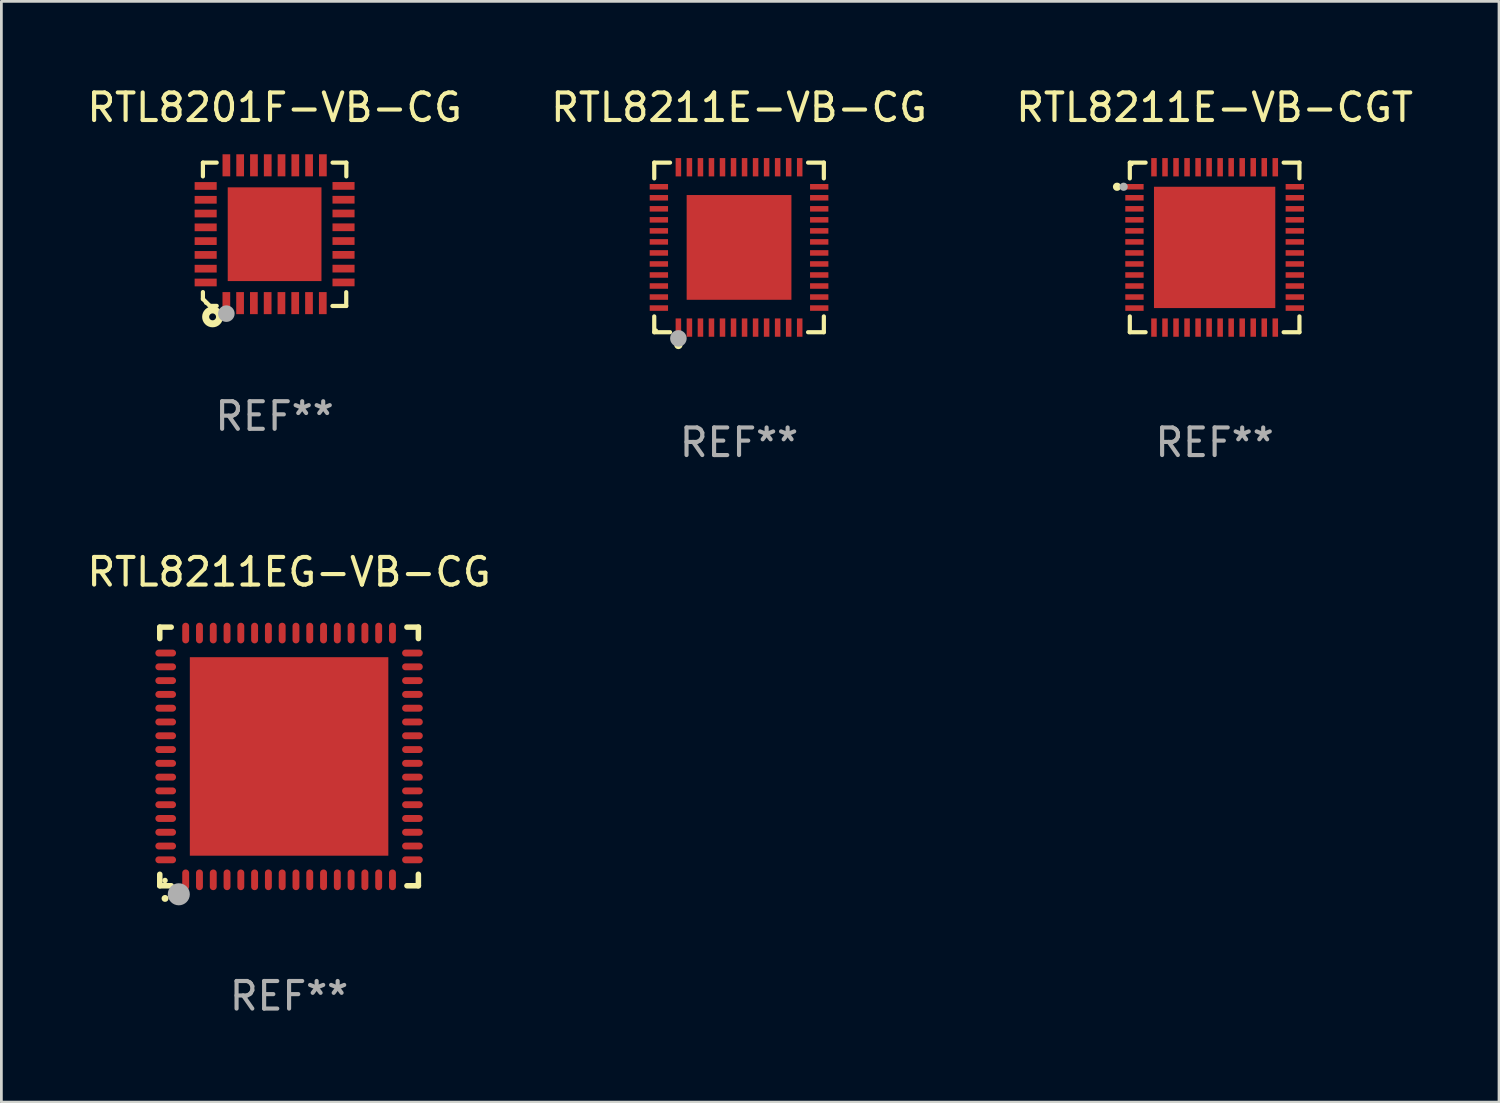
<source format=kicad_pcb>
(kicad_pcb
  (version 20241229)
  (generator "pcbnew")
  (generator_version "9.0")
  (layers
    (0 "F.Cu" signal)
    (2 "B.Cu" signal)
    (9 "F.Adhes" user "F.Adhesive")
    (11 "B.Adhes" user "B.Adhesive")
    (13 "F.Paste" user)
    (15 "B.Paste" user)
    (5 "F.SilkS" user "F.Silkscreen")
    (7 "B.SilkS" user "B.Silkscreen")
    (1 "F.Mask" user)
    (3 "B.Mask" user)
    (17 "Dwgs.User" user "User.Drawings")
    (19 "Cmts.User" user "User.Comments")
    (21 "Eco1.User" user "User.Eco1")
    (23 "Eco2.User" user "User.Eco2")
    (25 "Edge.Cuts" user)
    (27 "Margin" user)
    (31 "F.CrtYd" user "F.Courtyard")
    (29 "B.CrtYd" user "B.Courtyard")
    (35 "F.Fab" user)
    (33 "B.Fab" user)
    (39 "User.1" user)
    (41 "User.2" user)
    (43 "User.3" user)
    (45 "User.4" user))
  (footprint "RTL8201F-VB-CG"
    (layer "F.Cu")
    (at 6.911 5.448)
    (property "Reference" "RTL8201F-VB-CG" (at 0 -4.6 0) (layer "F.SilkS") (effects (font (size 1 1) (thickness 0.15))))
    (attr through_hole)
    (fp_line (start -2.601 2.097) (end -2.601 2.347) (stroke (width 0.152) (type solid)) (layer "F.SilkS"))
    (fp_line (start -2.601 2.347) (end -2.351 2.597) (stroke (width 0.152) (type solid)) (layer "F.SilkS"))
    (fp_line (start -2.601 -2.6) (end -2.601 -2.1) (stroke (width 0.152) (type solid)) (layer "F.SilkS"))
    (fp_line (start -2.601 -2.6) (end -2.101 -2.6) (stroke (width 0.152) (type solid)) (layer "F.SilkS"))
    (fp_line (start -2.351 2.597) (end -2.101 2.597) (stroke (width 0.152) (type solid)) (layer "F.SilkS"))
    (fp_line (start 2.597 2.6) (end 2.097 2.6) (stroke (width 0.152) (type solid)) (layer "F.SilkS"))
    (fp_line (start 2.597 2.6) (end 2.597 2.1) (stroke (width 0.152) (type solid)) (layer "F.SilkS"))
    (fp_line (start 2.601 -2.6) (end 2.101 -2.6) (stroke (width 0.152) (type solid)) (layer "F.SilkS"))
    (fp_line (start 2.601 -2.6) (end 2.601 -2.1) (stroke (width 0.152) (type solid)) (layer "F.SilkS"))
    (fp_circle (center -2.501 2.497) (end -2.471 2.497) (stroke (width 0.06) (type solid)) (fill no) (layer "F.SilkS"))
    (fp_circle (center -2.25 2.995) (end -2.125 2.995) (stroke (width 0.254) (type solid)) (fill no) (layer "F.SilkS"))
    (fp_circle (center -1.751 2.878) (end -1.601 2.878) (stroke (width 0.3) (type solid)) (fill no) (layer "F.Fab"))
    (fp_text user "REF**" (at 0 6.6 0) (layer "F.Fab") (effects (font (size 1 1) (thickness 0.15))))
    (pad "1" smd rect (at -1.751 2.497) (size 0.28 0.8) (layers "F.Cu" "F.Mask" "F.Paste"))
    (pad "2" smd rect (at -1.253 2.497) (size 0.28 0.8) (layers "F.Cu" "F.Mask" "F.Paste"))
    (pad "3" smd rect (at -0.753 2.497) (size 0.28 0.8) (layers "F.Cu" "F.Mask" "F.Paste"))
    (pad "4" smd rect (at -0.253 2.497) (size 0.28 0.8) (layers "F.Cu" "F.Mask" "F.Paste"))
    (pad "5" smd rect (at 0.247 2.497) (size 0.28 0.8) (layers "F.Cu" "F.Mask" "F.Paste"))
    (pad "6" smd rect (at 0.747 2.497) (size 0.28 0.8) (layers "F.Cu" "F.Mask" "F.Paste"))
    (pad "7" smd rect (at 1.247 2.497) (size 0.28 0.8) (layers "F.Cu" "F.Mask" "F.Paste"))
    (pad "8" smd rect (at 1.747 2.497) (size 0.28 0.8) (layers "F.Cu" "F.Mask" "F.Paste"))
    (pad "9" smd rect (at 2.499 1.746) (size 0.8 0.28) (layers "F.Cu" "F.Mask" "F.Paste"))
    (pad "10" smd rect (at 2.499 1.245) (size 0.8 0.28) (layers "F.Cu" "F.Mask" "F.Paste"))
    (pad "11" smd rect (at 2.499 0.746) (size 0.8 0.28) (layers "F.Cu" "F.Mask" "F.Paste"))
    (pad "12" smd rect (at 2.499 0.245) (size 0.8 0.28) (layers "F.Cu" "F.Mask" "F.Paste"))
    (pad "13" smd rect (at 2.499 -0.254) (size 0.8 0.28) (layers "F.Cu" "F.Mask" "F.Paste"))
    (pad "14" smd rect (at 2.499 -0.755) (size 0.8 0.28) (layers "F.Cu" "F.Mask" "F.Paste"))
    (pad "15" smd rect (at 2.499 -1.254) (size 0.8 0.28) (layers "F.Cu" "F.Mask" "F.Paste"))
    (pad "16" smd rect (at 2.499 -1.755) (size 0.8 0.28) (layers "F.Cu" "F.Mask" "F.Paste"))
    (pad "17" smd rect (at 1.75 -2.502) (size 0.28 0.8) (layers "F.Cu" "F.Mask" "F.Paste"))
    (pad "18" smd rect (at 1.25 -2.502) (size 0.28 0.8) (layers "F.Cu" "F.Mask" "F.Paste"))
    (pad "19" smd rect (at 0.75 -2.502) (size 0.28 0.8) (layers "F.Cu" "F.Mask" "F.Paste"))
    (pad "20" smd rect (at 0.25 -2.502) (size 0.28 0.8) (layers "F.Cu" "F.Mask" "F.Paste"))
    (pad "21" smd rect (at -0.25 -2.502) (size 0.28 0.8) (layers "F.Cu" "F.Mask" "F.Paste"))
    (pad "22" smd rect (at -0.75 -2.502) (size 0.28 0.8) (layers "F.Cu" "F.Mask" "F.Paste"))
    (pad "23" smd rect (at -1.25 -2.502) (size 0.28 0.8) (layers "F.Cu" "F.Mask" "F.Paste"))
    (pad "24" smd rect (at -1.75 -2.502) (size 0.28 0.8) (layers "F.Cu" "F.Mask" "F.Paste"))
    (pad "25" smd rect (at -2.501 -1.753) (size 0.8 0.28) (layers "F.Cu" "F.Mask" "F.Paste"))
    (pad "26" smd rect (at -2.501 -1.252) (size 0.8 0.28) (layers "F.Cu" "F.Mask" "F.Paste"))
    (pad "27" smd rect (at -2.501 -0.753) (size 0.8 0.28) (layers "F.Cu" "F.Mask" "F.Paste"))
    (pad "28" smd rect (at -2.501 -0.252) (size 0.8 0.28) (layers "F.Cu" "F.Mask" "F.Paste"))
    (pad "29" smd rect (at -2.501 0.247) (size 0.8 0.28) (layers "F.Cu" "F.Mask" "F.Paste"))
    (pad "30" smd rect (at -2.501 0.748) (size 0.8 0.28) (layers "F.Cu" "F.Mask" "F.Paste"))
    (pad "31" smd rect (at -2.501 1.247) (size 0.8 0.28) (layers "F.Cu" "F.Mask" "F.Paste"))
    (pad "32" smd rect (at -2.501 1.748) (size 0.8 0.28) (layers "F.Cu" "F.Mask" "F.Paste"))
    (pad "33" smd rect (at -0.001 -0.003 180) (size 3.4 3.4) (layers "F.Cu" "F.Mask" "F.Paste")))
  (footprint "RTL8211E-VB-CG"
    (layer "F.Cu")
    (at 23.756 5.924)
    (property "Reference" "RTL8211E-VB-CG" (at 0 -5.076 0) (layer "F.SilkS") (effects (font (size 1 1) (thickness 0.15))))
    (attr through_hole)
    (fp_line (start -3.076 -3.076) (end -2.503 -3.076) (stroke (width 0.152) (type solid)) (layer "F.SilkS"))
    (fp_line (start -3.076 -2.503) (end -3.076 -3.076) (stroke (width 0.152) (type solid)) (layer "F.SilkS"))
    (fp_line (start -3.076 2.503) (end -3.076 3.076) (stroke (width 0.152) (type solid)) (layer "F.SilkS"))
    (fp_line (start -3.076 3.076) (end -2.503 3.076) (stroke (width 0.152) (type solid)) (layer "F.SilkS"))
    (fp_line (start 3.076 -3.076) (end 2.503 -3.076) (stroke (width 0.152) (type solid)) (layer "F.SilkS"))
    (fp_line (start 3.076 -2.503) (end 3.076 -3.076) (stroke (width 0.152) (type solid)) (layer "F.SilkS"))
    (fp_line (start 3.076 2.503) (end 3.076 3.076) (stroke (width 0.152) (type solid)) (layer "F.SilkS"))
    (fp_line (start 3.076 3.076) (end 2.503 3.076) (stroke (width 0.152) (type solid)) (layer "F.SilkS"))
    (fp_circle (center -3 3) (end -2.97 3) (stroke (width 0.06) (type solid)) (fill no) (layer "F.SilkS"))
    (fp_circle (center -2.2 3.54) (end -2.125 3.54) (stroke (width 0.15) (type solid)) (fill no) (layer "F.SilkS"))
    (fp_circle (center -2.2 3.3) (end -2.05 3.3) (stroke (width 0.3) (type solid)) (fill no) (layer "F.Fab"))
    (fp_text user "REF**" (at 0 7.076 0) (layer "F.Fab") (effects (font (size 1 1) (thickness 0.15))))
    (pad "1" smd rect (at -2.2 2.908) (size 0.2 0.665) (layers "F.Cu" "F.Mask" "F.Paste"))
    (pad "2" smd rect (at -1.8 2.908) (size 0.2 0.665) (layers "F.Cu" "F.Mask" "F.Paste"))
    (pad "3" smd rect (at -1.4 2.908) (size 0.2 0.665) (layers "F.Cu" "F.Mask" "F.Paste"))
    (pad "4" smd rect (at -1 2.908) (size 0.2 0.665) (layers "F.Cu" "F.Mask" "F.Paste"))
    (pad "5" smd rect (at -0.6 2.908) (size 0.2 0.665) (layers "F.Cu" "F.Mask" "F.Paste"))
    (pad "6" smd rect (at -0.2 2.908) (size 0.2 0.665) (layers "F.Cu" "F.Mask" "F.Paste"))
    (pad "7" smd rect (at 0.2 2.908) (size 0.2 0.665) (layers "F.Cu" "F.Mask" "F.Paste"))
    (pad "8" smd rect (at 0.6 2.908) (size 0.2 0.665) (layers "F.Cu" "F.Mask" "F.Paste"))
    (pad "9" smd rect (at 1 2.908) (size 0.2 0.665) (layers "F.Cu" "F.Mask" "F.Paste"))
    (pad "10" smd rect (at 1.4 2.908) (size 0.2 0.665) (layers "F.Cu" "F.Mask" "F.Paste"))
    (pad "11" smd rect (at 1.8 2.908) (size 0.2 0.665) (layers "F.Cu" "F.Mask" "F.Paste"))
    (pad "12" smd rect (at 2.2 2.908) (size 0.2 0.665) (layers "F.Cu" "F.Mask" "F.Paste"))
    (pad "13" smd rect (at 2.908 2.2) (size 0.665 0.2) (layers "F.Cu" "F.Mask" "F.Paste"))
    (pad "14" smd rect (at 2.908 1.8) (size 0.665 0.2) (layers "F.Cu" "F.Mask" "F.Paste"))
    (pad "15" smd rect (at 2.908 1.4) (size 0.665 0.2) (layers "F.Cu" "F.Mask" "F.Paste"))
    (pad "16" smd rect (at 2.908 1) (size 0.665 0.2) (layers "F.Cu" "F.Mask" "F.Paste"))
    (pad "17" smd rect (at 2.908 0.6) (size 0.665 0.2) (layers "F.Cu" "F.Mask" "F.Paste"))
    (pad "18" smd rect (at 2.908 0.2) (size 0.665 0.2) (layers "F.Cu" "F.Mask" "F.Paste"))
    (pad "19" smd rect (at 2.908 -0.2) (size 0.665 0.2) (layers "F.Cu" "F.Mask" "F.Paste"))
    (pad "20" smd rect (at 2.908 -0.6) (size 0.665 0.2) (layers "F.Cu" "F.Mask" "F.Paste"))
    (pad "21" smd rect (at 2.908 -1) (size 0.665 0.2) (layers "F.Cu" "F.Mask" "F.Paste"))
    (pad "22" smd rect (at 2.908 -1.4) (size 0.665 0.2) (layers "F.Cu" "F.Mask" "F.Paste"))
    (pad "23" smd rect (at 2.908 -1.8) (size 0.665 0.2) (layers "F.Cu" "F.Mask" "F.Paste"))
    (pad "24" smd rect (at 2.908 -2.2) (size 0.665 0.2) (layers "F.Cu" "F.Mask" "F.Paste"))
    (pad "25" smd rect (at 2.2 -2.908) (size 0.2 0.665) (layers "F.Cu" "F.Mask" "F.Paste"))
    (pad "26" smd rect (at 1.8 -2.908) (size 0.2 0.665) (layers "F.Cu" "F.Mask" "F.Paste"))
    (pad "27" smd rect (at 1.4 -2.908) (size 0.2 0.665) (layers "F.Cu" "F.Mask" "F.Paste"))
    (pad "28" smd rect (at 1 -2.908) (size 0.2 0.665) (layers "F.Cu" "F.Mask" "F.Paste"))
    (pad "29" smd rect (at 0.6 -2.908) (size 0.2 0.665) (layers "F.Cu" "F.Mask" "F.Paste"))
    (pad "30" smd rect (at 0.2 -2.908) (size 0.2 0.665) (layers "F.Cu" "F.Mask" "F.Paste"))
    (pad "31" smd rect (at -0.2 -2.908) (size 0.2 0.665) (layers "F.Cu" "F.Mask" "F.Paste"))
    (pad "32" smd rect (at -0.6 -2.908) (size 0.2 0.665) (layers "F.Cu" "F.Mask" "F.Paste"))
    (pad "33" smd rect (at -1 -2.908) (size 0.2 0.665) (layers "F.Cu" "F.Mask" "F.Paste"))
    (pad "34" smd rect (at -1.4 -2.908) (size 0.2 0.665) (layers "F.Cu" "F.Mask" "F.Paste"))
    (pad "35" smd rect (at -1.8 -2.908) (size 0.2 0.665) (layers "F.Cu" "F.Mask" "F.Paste"))
    (pad "36" smd rect (at -2.2 -2.908) (size 0.2 0.665) (layers "F.Cu" "F.Mask" "F.Paste"))
    (pad "37" smd rect (at -2.908 -2.2) (size 0.665 0.2) (layers "F.Cu" "F.Mask" "F.Paste"))
    (pad "38" smd rect (at -2.908 -1.8) (size 0.665 0.2) (layers "F.Cu" "F.Mask" "F.Paste"))
    (pad "39" smd rect (at -2.908 -1.4) (size 0.665 0.2) (layers "F.Cu" "F.Mask" "F.Paste"))
    (pad "40" smd rect (at -2.908 -1) (size 0.665 0.2) (layers "F.Cu" "F.Mask" "F.Paste"))
    (pad "41" smd rect (at -2.908 -0.6) (size 0.665 0.2) (layers "F.Cu" "F.Mask" "F.Paste"))
    (pad "42" smd rect (at -2.908 -0.2) (size 0.665 0.2) (layers "F.Cu" "F.Mask" "F.Paste"))
    (pad "43" smd rect (at -2.908 0.2) (size 0.665 0.2) (layers "F.Cu" "F.Mask" "F.Paste"))
    (pad "44" smd rect (at -2.908 0.6) (size 0.665 0.2) (layers "F.Cu" "F.Mask" "F.Paste"))
    (pad "45" smd rect (at -2.908 1) (size 0.665 0.2) (layers "F.Cu" "F.Mask" "F.Paste"))
    (pad "46" smd rect (at -2.908 1.4) (size 0.665 0.2) (layers "F.Cu" "F.Mask" "F.Paste"))
    (pad "47" smd rect (at -2.908 1.8) (size 0.665 0.2) (layers "F.Cu" "F.Mask" "F.Paste"))
    (pad "48" smd rect (at -2.908 2.2) (size 0.665 0.2) (layers "F.Cu" "F.Mask" "F.Paste"))
    (pad "49" smd rect (at 0 0) (size 3.8 3.8) (layers "F.Cu" "F.Mask" "F.Paste")))
  (footprint "RTL8211EG-VB-CG"
    (layer "F.Cu")
    (at 7.435 24.387)
    (property "Reference" "RTL8211EG-VB-CG" (at 0 -6.69 0) (layer "F.SilkS") (effects (font (size 1 1) (thickness 0.15))))
    (attr through_hole)
    (fp_line (start -4.69 -4.69) (end -4.275 -4.69) (stroke (width 0.2) (type solid)) (layer "F.SilkS"))
    (fp_line (start -4.69 -4.275) (end -4.69 -4.69) (stroke (width 0.2) (type solid)) (layer "F.SilkS"))
    (fp_line (start -4.69 4.69) (end -4.69 4.275) (stroke (width 0.2) (type solid)) (layer "F.SilkS"))
    (fp_line (start -4.275 4.69) (end -4.69 4.69) (stroke (width 0.2) (type solid)) (layer "F.SilkS"))
    (fp_line (start 4.275 4.69) (end 4.69 4.69) (stroke (width 0.2) (type solid)) (layer "F.SilkS"))
    (fp_line (start 4.69 -4.69) (end 4.275 -4.69) (stroke (width 0.2) (type solid)) (layer "F.SilkS"))
    (fp_line (start 4.69 -4.275) (end 4.69 -4.69) (stroke (width 0.2) (type solid)) (layer "F.SilkS"))
    (fp_line (start 4.69 4.69) (end 4.69 4.275) (stroke (width 0.2) (type solid)) (layer "F.SilkS"))
    (fp_arc (start -4.499886 5.15) (mid -4.498616 5.149994) (end -4.497346 5.15) (stroke (width 0.24892) (type solid)) (layer "F.SilkS"))
    (fp_circle (center -4.5 4.5) (end -4.45 4.5) (stroke (width 0.1) (type solid)) (fill no) (layer "F.SilkS"))
    (fp_circle (center -4 5) (end -3.8 5) (stroke (width 0.4) (type solid)) (fill no) (layer "F.Fab"))
    (fp_text user "REF**" (at 0 8.69 0) (layer "F.Fab") (effects (font (size 1 1) (thickness 0.15))))
    (pad "1" smd oval (at -3.75 4.475) (size 0.25 0.75) (layers "F.Cu" "F.Mask" "F.Paste"))
    (pad "2" smd oval (at -3.25 4.475) (size 0.25 0.75) (layers "F.Cu" "F.Mask" "F.Paste"))
    (pad "3" smd oval (at -2.75 4.475) (size 0.25 0.75) (layers "F.Cu" "F.Mask" "F.Paste"))
    (pad "4" smd oval (at -2.25 4.475) (size 0.25 0.75) (layers "F.Cu" "F.Mask" "F.Paste"))
    (pad "5" smd oval (at -1.75 4.475) (size 0.25 0.75) (layers "F.Cu" "F.Mask" "F.Paste"))
    (pad "6" smd oval (at -1.25 4.475) (size 0.25 0.75) (layers "F.Cu" "F.Mask" "F.Paste"))
    (pad "7" smd oval (at -0.75 4.475) (size 0.25 0.75) (layers "F.Cu" "F.Mask" "F.Paste"))
    (pad "8" smd oval (at -0.25 4.475) (size 0.25 0.75) (layers "F.Cu" "F.Mask" "F.Paste"))
    (pad "9" smd oval (at 0.25 4.475) (size 0.25 0.75) (layers "F.Cu" "F.Mask" "F.Paste"))
    (pad "10" smd oval (at 0.75 4.475) (size 0.25 0.75) (layers "F.Cu" "F.Mask" "F.Paste"))
    (pad "11" smd oval (at 1.25 4.475) (size 0.25 0.75) (layers "F.Cu" "F.Mask" "F.Paste"))
    (pad "12" smd oval (at 1.75 4.475) (size 0.25 0.75) (layers "F.Cu" "F.Mask" "F.Paste"))
    (pad "13" smd oval (at 2.25 4.475) (size 0.25 0.75) (layers "F.Cu" "F.Mask" "F.Paste"))
    (pad "14" smd oval (at 2.75 4.475) (size 0.25 0.75) (layers "F.Cu" "F.Mask" "F.Paste"))
    (pad "15" smd oval (at 3.25 4.475) (size 0.25 0.75) (layers "F.Cu" "F.Mask" "F.Paste"))
    (pad "16" smd oval (at 3.75 4.475) (size 0.25 0.75) (layers "F.Cu" "F.Mask" "F.Paste"))
    (pad "17" smd oval (at 4.475 3.75) (size 0.75 0.25) (layers "F.Cu" "F.Mask" "F.Paste"))
    (pad "18" smd oval (at 4.475 3.25) (size 0.75 0.25) (layers "F.Cu" "F.Mask" "F.Paste"))
    (pad "19" smd oval (at 4.475 2.75) (size 0.75 0.25) (layers "F.Cu" "F.Mask" "F.Paste"))
    (pad "20" smd oval (at 4.475 2.25) (size 0.75 0.25) (layers "F.Cu" "F.Mask" "F.Paste"))
    (pad "21" smd oval (at 4.475 1.75) (size 0.75 0.25) (layers "F.Cu" "F.Mask" "F.Paste"))
    (pad "22" smd oval (at 4.475 1.25) (size 0.75 0.25) (layers "F.Cu" "F.Mask" "F.Paste"))
    (pad "23" smd oval (at 4.475 0.75) (size 0.75 0.25) (layers "F.Cu" "F.Mask" "F.Paste"))
    (pad "24" smd oval (at 4.475 0.25) (size 0.75 0.25) (layers "F.Cu" "F.Mask" "F.Paste"))
    (pad "25" smd oval (at 4.475 -0.25) (size 0.75 0.25) (layers "F.Cu" "F.Mask" "F.Paste"))
    (pad "26" smd oval (at 4.475 -0.75) (size 0.75 0.25) (layers "F.Cu" "F.Mask" "F.Paste"))
    (pad "27" smd oval (at 4.475 -1.25) (size 0.75 0.25) (layers "F.Cu" "F.Mask" "F.Paste"))
    (pad "28" smd oval (at 4.475 -1.75) (size 0.75 0.25) (layers "F.Cu" "F.Mask" "F.Paste"))
    (pad "29" smd oval (at 4.475 -2.25) (size 0.75 0.25) (layers "F.Cu" "F.Mask" "F.Paste"))
    (pad "30" smd oval (at 4.475 -2.75) (size 0.75 0.25) (layers "F.Cu" "F.Mask" "F.Paste"))
    (pad "31" smd oval (at 4.475 -3.25) (size 0.75 0.25) (layers "F.Cu" "F.Mask" "F.Paste"))
    (pad "32" smd oval (at 4.475 -3.75) (size 0.75 0.25) (layers "F.Cu" "F.Mask" "F.Paste"))
    (pad "33" smd oval (at 3.75 -4.475) (size 0.25 0.75) (layers "F.Cu" "F.Mask" "F.Paste"))
    (pad "34" smd oval (at 3.25 -4.475) (size 0.25 0.75) (layers "F.Cu" "F.Mask" "F.Paste"))
    (pad "35" smd oval (at 2.75 -4.475) (size 0.25 0.75) (layers "F.Cu" "F.Mask" "F.Paste"))
    (pad "36" smd oval (at 2.25 -4.475) (size 0.25 0.75) (layers "F.Cu" "F.Mask" "F.Paste"))
    (pad "37" smd oval (at 1.75 -4.475) (size 0.25 0.75) (layers "F.Cu" "F.Mask" "F.Paste"))
    (pad "38" smd oval (at 1.25 -4.475) (size 0.25 0.75) (layers "F.Cu" "F.Mask" "F.Paste"))
    (pad "39" smd oval (at 0.75 -4.475) (size 0.25 0.75) (layers "F.Cu" "F.Mask" "F.Paste"))
    (pad "40" smd oval (at 0.25 -4.475) (size 0.25 0.75) (layers "F.Cu" "F.Mask" "F.Paste"))
    (pad "41" smd oval (at -0.25 -4.475) (size 0.25 0.75) (layers "F.Cu" "F.Mask" "F.Paste"))
    (pad "42" smd oval (at -0.75 -4.475) (size 0.25 0.75) (layers "F.Cu" "F.Mask" "F.Paste"))
    (pad "43" smd oval (at -1.25 -4.475) (size 0.25 0.75) (layers "F.Cu" "F.Mask" "F.Paste"))
    (pad "44" smd oval (at -1.75 -4.475) (size 0.25 0.75) (layers "F.Cu" "F.Mask" "F.Paste"))
    (pad "45" smd oval (at -2.25 -4.475) (size 0.25 0.75) (layers "F.Cu" "F.Mask" "F.Paste"))
    (pad "46" smd oval (at -2.75 -4.475) (size 0.25 0.75) (layers "F.Cu" "F.Mask" "F.Paste"))
    (pad "47" smd oval (at -3.25 -4.475) (size 0.25 0.75) (layers "F.Cu" "F.Mask" "F.Paste"))
    (pad "48" smd oval (at -3.75 -4.475) (size 0.25 0.75) (layers "F.Cu" "F.Mask" "F.Paste"))
    (pad "49" smd oval (at -4.475 -3.75) (size 0.75 0.25) (layers "F.Cu" "F.Mask" "F.Paste"))
    (pad "50" smd oval (at -4.475 -3.25) (size 0.75 0.25) (layers "F.Cu" "F.Mask" "F.Paste"))
    (pad "51" smd oval (at -4.475 -2.75) (size 0.75 0.25) (layers "F.Cu" "F.Mask" "F.Paste"))
    (pad "52" smd oval (at -4.475 -2.25) (size 0.75 0.25) (layers "F.Cu" "F.Mask" "F.Paste"))
    (pad "53" smd oval (at -4.475 -1.75) (size 0.75 0.25) (layers "F.Cu" "F.Mask" "F.Paste"))
    (pad "54" smd oval (at -4.475 -1.25) (size 0.75 0.25) (layers "F.Cu" "F.Mask" "F.Paste"))
    (pad "55" smd oval (at -4.475 -0.75) (size 0.75 0.25) (layers "F.Cu" "F.Mask" "F.Paste"))
    (pad "56" smd oval (at -4.475 -0.25) (size 0.75 0.25) (layers "F.Cu" "F.Mask" "F.Paste"))
    (pad "57" smd oval (at -4.475 0.25) (size 0.75 0.25) (layers "F.Cu" "F.Mask" "F.Paste"))
    (pad "58" smd oval (at -4.475 0.75) (size 0.75 0.25) (layers "F.Cu" "F.Mask" "F.Paste"))
    (pad "59" smd oval (at -4.475 1.25) (size 0.75 0.25) (layers "F.Cu" "F.Mask" "F.Paste"))
    (pad "60" smd oval (at -4.475 1.75) (size 0.75 0.25) (layers "F.Cu" "F.Mask" "F.Paste"))
    (pad "61" smd oval (at -4.475 2.25) (size 0.75 0.25) (layers "F.Cu" "F.Mask" "F.Paste"))
    (pad "62" smd oval (at -4.475 2.75) (size 0.75 0.25) (layers "F.Cu" "F.Mask" "F.Paste"))
    (pad "63" smd oval (at -4.475 3.25) (size 0.75 0.25) (layers "F.Cu" "F.Mask" "F.Paste"))
    (pad "64" smd oval (at -4.475 3.75) (size 0.75 0.25) (layers "F.Cu" "F.Mask" "F.Paste"))
    (pad "65" smd rect (at 0.000368 0.000013) (size 7.2 7.2) (layers "F.Cu" "F.Mask" "F.Paste")))
  (footprint "RTL8211E-VB-CGT"
    (layer "F.Cu")
    (at 41.006 5.924)
    (property "Reference" "RTL8211E-VB-CGT" (at 0 -5.076 0) (layer "F.SilkS") (effects (font (size 1 1) (thickness 0.15))))
    (attr through_hole)
    (fp_line (start -3.076 -3.076) (end -3.076 -2.503) (stroke (width 0.152) (type solid)) (layer "F.SilkS"))
    (fp_line (start -3.076 3.076) (end -3.076 2.503) (stroke (width 0.152) (type solid)) (layer "F.SilkS"))
    (fp_line (start -2.503 -3.076) (end -3.076 -3.076) (stroke (width 0.152) (type solid)) (layer "F.SilkS"))
    (fp_line (start -2.503 3.076) (end -3.076 3.076) (stroke (width 0.152) (type solid)) (layer "F.SilkS"))
    (fp_line (start 2.503 -3.076) (end 3.076 -3.076) (stroke (width 0.152) (type solid)) (layer "F.SilkS"))
    (fp_line (start 2.503 3.076) (end 3.076 3.076) (stroke (width 0.152) (type solid)) (layer "F.SilkS"))
    (fp_line (start 3.076 -3.076) (end 3.076 -2.503) (stroke (width 0.152) (type solid)) (layer "F.SilkS"))
    (fp_line (start 3.076 3.076) (end 3.076 2.503) (stroke (width 0.152) (type solid)) (layer "F.SilkS"))
    (fp_circle (center -3.54 -2.2) (end -3.465 -2.2) (stroke (width 0.15) (type solid)) (fill no) (layer "F.SilkS"))
    (fp_circle (center -3 -3) (end -2.97 -3) (stroke (width 0.06) (type solid)) (fill no) (layer "F.SilkS"))
    (fp_circle (center -3.3 -2.2) (end -3.225 -2.2) (stroke (width 0.15) (type solid)) (fill no) (layer "F.Fab"))
    (fp_text user "REF**" (at 0 7.076 0) (layer "F.Fab") (effects (font (size 1 1) (thickness 0.15))))
    (pad "1" smd rect (at -2.908 -2.2) (size 0.665 0.2) (layers "F.Cu" "F.Mask" "F.Paste"))
    (pad "2" smd rect (at -2.908 -1.8) (size 0.665 0.2) (layers "F.Cu" "F.Mask" "F.Paste"))
    (pad "3" smd rect (at -2.908 -1.4) (size 0.665 0.2) (layers "F.Cu" "F.Mask" "F.Paste"))
    (pad "4" smd rect (at -2.908 -1) (size 0.665 0.2) (layers "F.Cu" "F.Mask" "F.Paste"))
    (pad "5" smd rect (at -2.908 -0.6) (size 0.665 0.2) (layers "F.Cu" "F.Mask" "F.Paste"))
    (pad "6" smd rect (at -2.908 -0.2) (size 0.665 0.2) (layers "F.Cu" "F.Mask" "F.Paste"))
    (pad "7" smd rect (at -2.908 0.2) (size 0.665 0.2) (layers "F.Cu" "F.Mask" "F.Paste"))
    (pad "8" smd rect (at -2.908 0.6) (size 0.665 0.2) (layers "F.Cu" "F.Mask" "F.Paste"))
    (pad "9" smd rect (at -2.908 1) (size 0.665 0.2) (layers "F.Cu" "F.Mask" "F.Paste"))
    (pad "10" smd rect (at -2.908 1.4) (size 0.665 0.2) (layers "F.Cu" "F.Mask" "F.Paste"))
    (pad "11" smd rect (at -2.908 1.8) (size 0.665 0.2) (layers "F.Cu" "F.Mask" "F.Paste"))
    (pad "12" smd rect (at -2.908 2.2) (size 0.665 0.2) (layers "F.Cu" "F.Mask" "F.Paste"))
    (pad "13" smd rect (at -2.2 2.908) (size 0.2 0.665) (layers "F.Cu" "F.Mask" "F.Paste"))
    (pad "14" smd rect (at -1.8 2.908) (size 0.2 0.665) (layers "F.Cu" "F.Mask" "F.Paste"))
    (pad "15" smd rect (at -1.4 2.908) (size 0.2 0.665) (layers "F.Cu" "F.Mask" "F.Paste"))
    (pad "16" smd rect (at -1 2.908) (size 0.2 0.665) (layers "F.Cu" "F.Mask" "F.Paste"))
    (pad "17" smd rect (at -0.6 2.908) (size 0.2 0.665) (layers "F.Cu" "F.Mask" "F.Paste"))
    (pad "18" smd rect (at -0.2 2.908) (size 0.2 0.665) (layers "F.Cu" "F.Mask" "F.Paste"))
    (pad "19" smd rect (at 0.2 2.908) (size 0.2 0.665) (layers "F.Cu" "F.Mask" "F.Paste"))
    (pad "20" smd rect (at 0.6 2.908) (size 0.2 0.665) (layers "F.Cu" "F.Mask" "F.Paste"))
    (pad "21" smd rect (at 1 2.908) (size 0.2 0.665) (layers "F.Cu" "F.Mask" "F.Paste"))
    (pad "22" smd rect (at 1.4 2.908) (size 0.2 0.665) (layers "F.Cu" "F.Mask" "F.Paste"))
    (pad "23" smd rect (at 1.8 2.908) (size 0.2 0.665) (layers "F.Cu" "F.Mask" "F.Paste"))
    (pad "24" smd rect (at 2.2 2.908) (size 0.2 0.665) (layers "F.Cu" "F.Mask" "F.Paste"))
    (pad "25" smd rect (at 2.908 2.2) (size 0.665 0.2) (layers "F.Cu" "F.Mask" "F.Paste"))
    (pad "26" smd rect (at 2.908 1.8) (size 0.665 0.2) (layers "F.Cu" "F.Mask" "F.Paste"))
    (pad "27" smd rect (at 2.908 1.4) (size 0.665 0.2) (layers "F.Cu" "F.Mask" "F.Paste"))
    (pad "28" smd rect (at 2.908 1) (size 0.665 0.2) (layers "F.Cu" "F.Mask" "F.Paste"))
    (pad "29" smd rect (at 2.908 0.6) (size 0.665 0.2) (layers "F.Cu" "F.Mask" "F.Paste"))
    (pad "30" smd rect (at 2.908 0.2) (size 0.665 0.2) (layers "F.Cu" "F.Mask" "F.Paste"))
    (pad "31" smd rect (at 2.908 -0.2) (size 0.665 0.2) (layers "F.Cu" "F.Mask" "F.Paste"))
    (pad "32" smd rect (at 2.908 -0.6) (size 0.665 0.2) (layers "F.Cu" "F.Mask" "F.Paste"))
    (pad "33" smd rect (at 2.908 -1) (size 0.665 0.2) (layers "F.Cu" "F.Mask" "F.Paste"))
    (pad "34" smd rect (at 2.908 -1.4) (size 0.665 0.2) (layers "F.Cu" "F.Mask" "F.Paste"))
    (pad "35" smd rect (at 2.908 -1.8) (size 0.665 0.2) (layers "F.Cu" "F.Mask" "F.Paste"))
    (pad "36" smd rect (at 2.908 -2.2) (size 0.665 0.2) (layers "F.Cu" "F.Mask" "F.Paste"))
    (pad "37" smd rect (at 2.2 -2.908) (size 0.2 0.665) (layers "F.Cu" "F.Mask" "F.Paste"))
    (pad "38" smd rect (at 1.8 -2.908) (size 0.2 0.665) (layers "F.Cu" "F.Mask" "F.Paste"))
    (pad "39" smd rect (at 1.4 -2.908) (size 0.2 0.665) (layers "F.Cu" "F.Mask" "F.Paste"))
    (pad "40" smd rect (at 1 -2.908) (size 0.2 0.665) (layers "F.Cu" "F.Mask" "F.Paste"))
    (pad "41" smd rect (at 0.6 -2.908) (size 0.2 0.665) (layers "F.Cu" "F.Mask" "F.Paste"))
    (pad "42" smd rect (at 0.2 -2.908) (size 0.2 0.665) (layers "F.Cu" "F.Mask" "F.Paste"))
    (pad "43" smd rect (at -0.2 -2.908) (size 0.2 0.665) (layers "F.Cu" "F.Mask" "F.Paste"))
    (pad "44" smd rect (at -0.6 -2.908) (size 0.2 0.665) (layers "F.Cu" "F.Mask" "F.Paste"))
    (pad "45" smd rect (at -1 -2.908) (size 0.2 0.665) (layers "F.Cu" "F.Mask" "F.Paste"))
    (pad "46" smd rect (at -1.4 -2.908) (size 0.2 0.665) (layers "F.Cu" "F.Mask" "F.Paste"))
    (pad "47" smd rect (at -1.8 -2.908) (size 0.2 0.665) (layers "F.Cu" "F.Mask" "F.Paste"))
    (pad "48" smd rect (at -2.2 -2.908) (size 0.2 0.665) (layers "F.Cu" "F.Mask" "F.Paste"))
    (pad "49" smd rect (at 0 0) (size 4.4 4.4) (layers "F.Cu" "F.Mask" "F.Paste")))
  (gr_rect
    (start -3 -3)
    (end 51.321 36.926)
    (stroke (width 0.1) (type default))
    (fill no)
    (layer "Edge.Cuts")))
</source>
